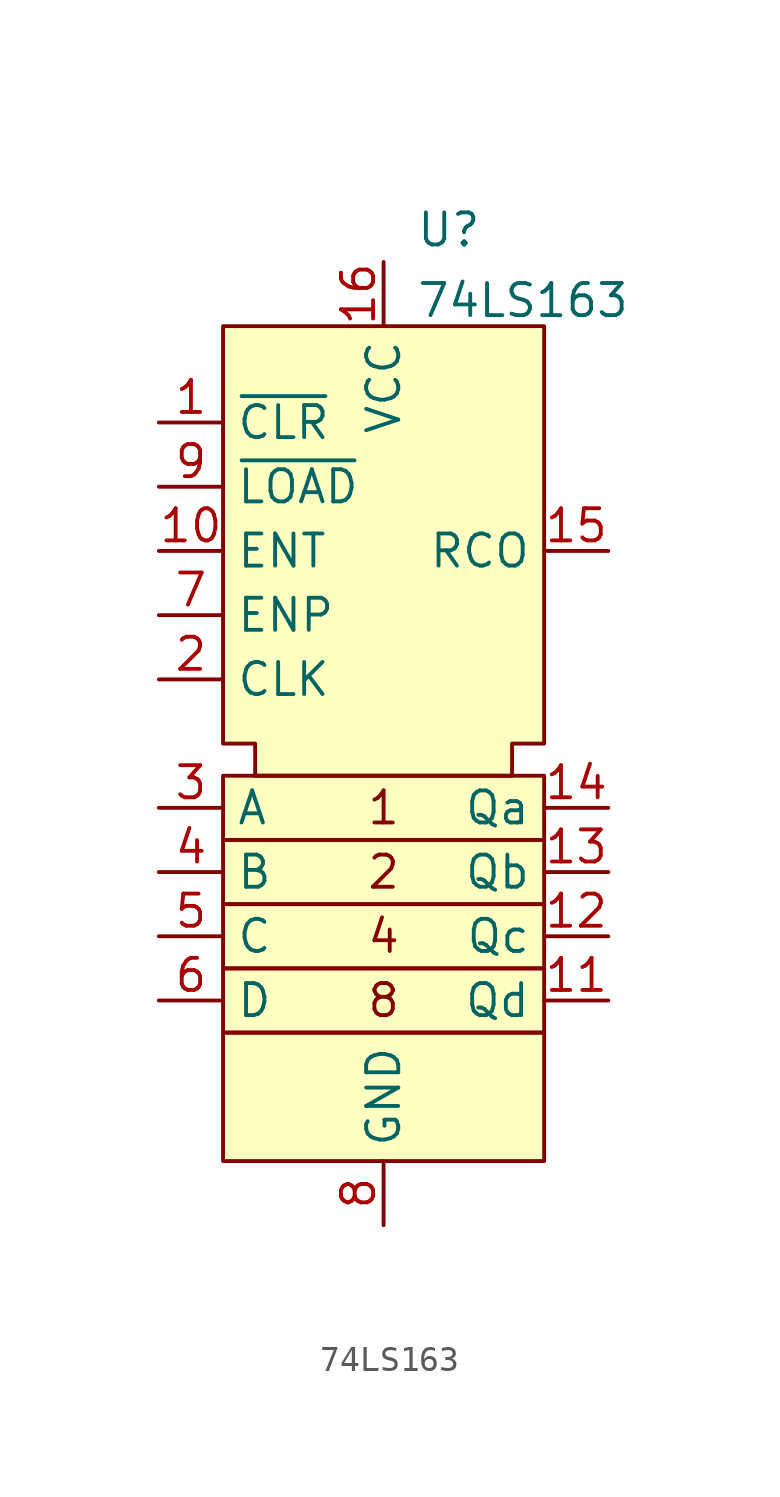
<source format=kicad_sym>
(kicad_symbol_lib
  (version 20231120)
  (generator "kicad_symbol_editor")
  (generator_version "8.0")
  (symbol "74LS163"
    (property "Reference" "U"
      (at 1.27 3.81 0)
      (effects (font (size 1.27 1.27)) (justify left)))
    (property "Value" "74LS163"
      (at 1.27 1.016 0)
      (effects (font (size 1.27 1.27)) (justify left)))
    (symbol "74LS163_1_1"
      (rectangle (start -6.35 -27.94) (end 6.35 -33.02) (stroke (width 0) (type default)) (fill (type background)))
      (rectangle (start -6.35 -25.4) (end 6.35 -27.94) (stroke (width 0) (type default)) (fill (type background)))
      (rectangle (start -6.35 -22.86) (end 6.35 -25.4) (stroke (width 0) (type default)) (fill (type background)))
      (rectangle (start -6.35 -20.32) (end 6.35 -22.86) (stroke (width 0) (type default)) (fill (type background)))
      (rectangle (start -6.35 -17.78) (end 6.35 -20.32) (stroke (width 0) (type default)) (fill (type background)))
      (polyline (pts (xy -6.35 0) (xy -6.35 -16.51) (xy -5.08 -16.51) (xy -5.08 -17.78) (xy 5.08 -17.78) (xy 5.08 -16.51) (xy 6.35 -16.51) (xy 6.35 0) (xy -6.35 0)) (stroke (width 0) (type default)) (fill (type background)))
      (text "1" (at 0 -19.05 0) (effects (font (size 1.27 1.27))))
      (text "2" (at 0 -21.59 0) (effects (font (size 1.27 1.27))))
      (text "4" (at 0 -24.13 0) (effects (font (size 1.27 1.27))))
      (text "8" (at 0 -26.67 0) (effects (font (size 1.27 1.27))))
      (pin input line (at -8.89 -3.81 0) (length 2.54) (name "~{CLR}" (effects (font (size 1.27 1.27)))) (number "1" (effects (font (size 1.27 1.27)))))
      (pin input line (at -8.89 -8.89 0) (length 2.54) (name "ENT" (effects (font (size 1.27 1.27)))) (number "10" (effects (font (size 1.27 1.27)))))
      (pin output line (at 8.89 -26.67 180) (length 2.54) (name "Qd" (effects (font (size 1.27 1.27)))) (number "11" (effects (font (size 1.27 1.27)))))
      (pin output line (at 8.89 -24.13 180) (length 2.54) (name "Qc" (effects (font (size 1.27 1.27)))) (number "12" (effects (font (size 1.27 1.27)))))
      (pin output line (at 8.89 -21.59 180) (length 2.54) (name "Qb" (effects (font (size 1.27 1.27)))) (number "13" (effects (font (size 1.27 1.27)))))
      (pin output line (at 8.89 -19.05 180) (length 2.54) (name "Qa" (effects (font (size 1.27 1.27)))) (number "14" (effects (font (size 1.27 1.27)))))
      (pin output line (at 8.89 -8.89 180) (length 2.54) (name "RCO" (effects (font (size 1.27 1.27)))) (number "15" (effects (font (size 1.27 1.27)))))
      (pin power_in line (at 0 2.54 270) (length 2.54) (name "VCC" (effects (font (size 1.27 1.27)))) (number "16" (effects (font (size 1.27 1.27)))))
      (pin input line (at -8.89 -13.97 0) (length 2.54) (name "CLK" (effects (font (size 1.27 1.27)))) (number "2" (effects (font (size 1.27 1.27)))))
      (pin input line (at -8.89 -19.05 0) (length 2.54) (name "A" (effects (font (size 1.27 1.27)))) (number "3" (effects (font (size 1.27 1.27)))))
      (pin input line (at -8.89 -21.59 0) (length 2.54) (name "B" (effects (font (size 1.27 1.27)))) (number "4" (effects (font (size 1.27 1.27)))))
      (pin input line (at -8.89 -24.13 0) (length 2.54) (name "C" (effects (font (size 1.27 1.27)))) (number "5" (effects (font (size 1.27 1.27)))))
      (pin input line (at -8.89 -26.67 0) (length 2.54) (name "D" (effects (font (size 1.27 1.27)))) (number "6" (effects (font (size 1.27 1.27)))))
      (pin input line (at -8.89 -11.43 0) (length 2.54) (name "ENP" (effects (font (size 1.27 1.27)))) (number "7" (effects (font (size 1.27 1.27)))))
      (pin power_in line (at 0 -35.56 90) (length 2.54) (name "GND" (effects (font (size 1.27 1.27)))) (number "8" (effects (font (size 1.27 1.27)))))
      (pin input line (at -8.89 -6.35 0) (length 2.54) (name "~{LOAD}" (effects (font (size 1.27 1.27)))) (number "9" (effects (font (size 1.27 1.27))))))))
</source>
